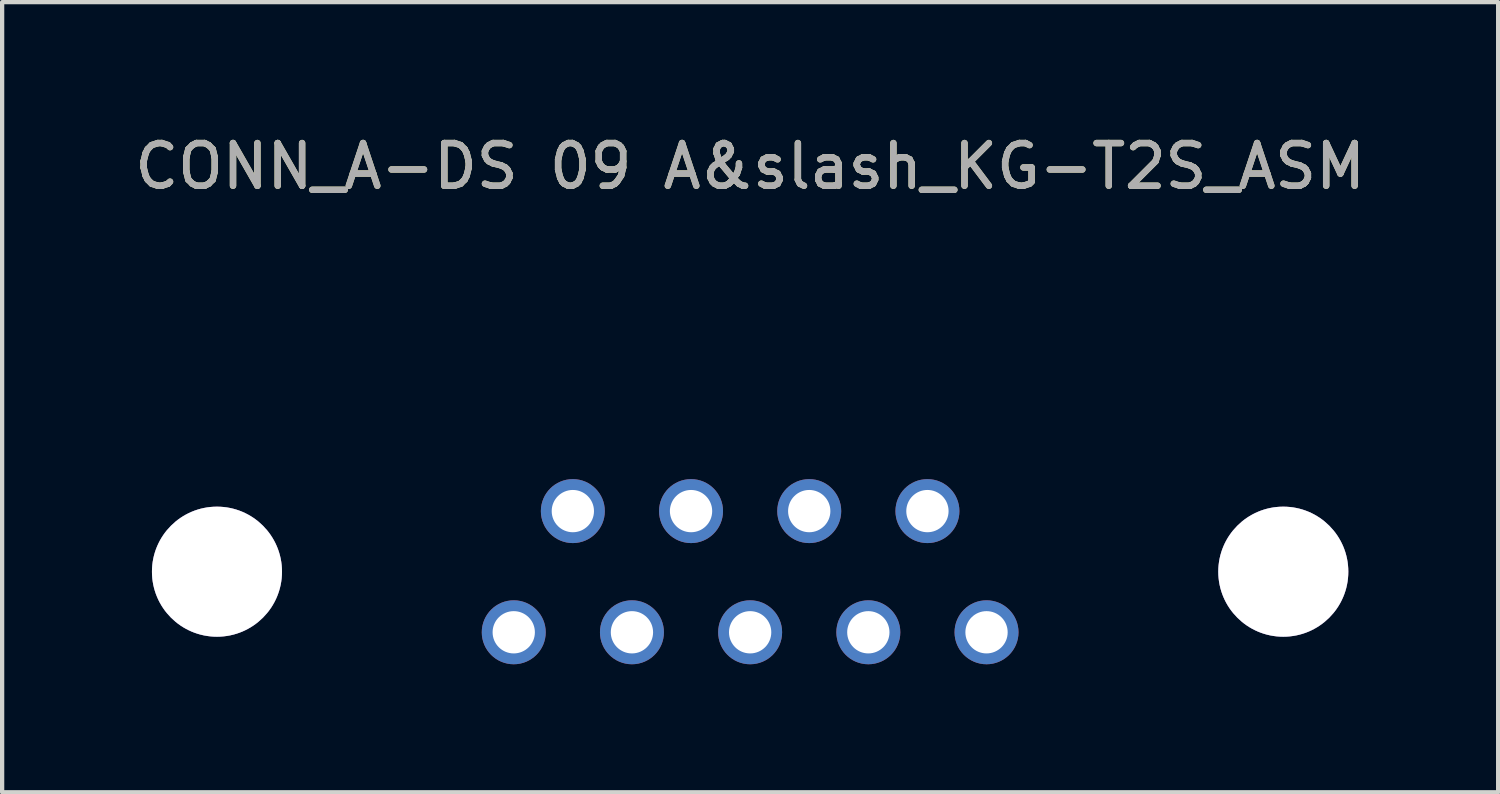
<source format=kicad_pcb>
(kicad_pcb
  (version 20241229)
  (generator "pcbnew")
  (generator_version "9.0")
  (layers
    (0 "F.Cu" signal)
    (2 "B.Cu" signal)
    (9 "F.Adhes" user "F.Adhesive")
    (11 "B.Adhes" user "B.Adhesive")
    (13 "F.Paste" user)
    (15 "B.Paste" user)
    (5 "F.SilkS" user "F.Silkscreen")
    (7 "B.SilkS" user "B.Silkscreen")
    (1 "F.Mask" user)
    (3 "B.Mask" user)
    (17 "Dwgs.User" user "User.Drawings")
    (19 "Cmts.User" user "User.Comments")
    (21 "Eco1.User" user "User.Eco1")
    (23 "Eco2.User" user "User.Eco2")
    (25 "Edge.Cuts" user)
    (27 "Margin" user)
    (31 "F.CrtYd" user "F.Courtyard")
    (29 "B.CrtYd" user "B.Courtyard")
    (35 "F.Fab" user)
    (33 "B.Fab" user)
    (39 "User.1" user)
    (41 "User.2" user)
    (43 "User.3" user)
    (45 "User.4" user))
  (footprint "CONN_A-DS 09 A&slash_KG-T2S_ASM"
    (layer "F.Cu")
    (at 14.53 0.848)
    (property "Reference" "CONN_A-DS 09 A&slash_KG-T2S_ASM" (at 0 0 0) (unlocked yes) (layer "F.SilkS") (effects (font (size 1 1) (thickness 0.15))))
    (attr through_hole)
    (fp_text user "${REFERENCE}" (at 0 0 0) (unlocked yes) (layer "F.Fab") (effects (font (size 1 1) (thickness 0.15))))
    (pad "1" thru_hole circle (at 5.54 10.92) (size 1.499 1.499) (drill 0.991) (layers "*.Cu" "*.Mask"))
    (pad "2" thru_hole circle (at 2.77 10.92) (size 1.499 1.499) (drill 0.991) (layers "*.Cu" "*.Mask"))
    (pad "3" thru_hole circle (at 0 10.92) (size 1.499 1.499) (drill 0.991) (layers "*.Cu" "*.Mask"))
    (pad "4" thru_hole circle (at -2.77 10.92) (size 1.499 1.499) (drill 0.991) (layers "*.Cu" "*.Mask"))
    (pad "5" thru_hole circle (at -5.54 10.92) (size 1.499 1.499) (drill 0.991) (layers "*.Cu" "*.Mask"))
    (pad "6" thru_hole circle (at 4.155 8.08) (size 1.499 1.499) (drill 0.991) (layers "*.Cu" "*.Mask"))
    (pad "7" thru_hole circle (at 1.385 8.08) (size 1.499 1.499) (drill 0.991) (layers "*.Cu" "*.Mask"))
    (pad "8" thru_hole circle (at -1.385 8.08) (size 1.499 1.499) (drill 0.991) (layers "*.Cu" "*.Mask"))
    (pad "9" thru_hole circle (at -4.155 8.08) (size 1.499 1.499) (drill 0.991) (layers "*.Cu" "*.Mask"))
    (pad "10" thru_hole circle (at -12.495 9.5) (size 3.048 3.048) (drill 3.048) (layers "*.Cu" "*.Mask"))
    (pad "11" thru_hole circle (at 12.495 9.5) (size 3.048 3.048) (drill 3.048) (layers "*.Cu" "*.Mask")))
  (gr_rect
    (start -3 -3)
    (end 32.06 15.518)
    (stroke (width 0.1) (type default))
    (fill no)
    (layer "Edge.Cuts")))
</source>
